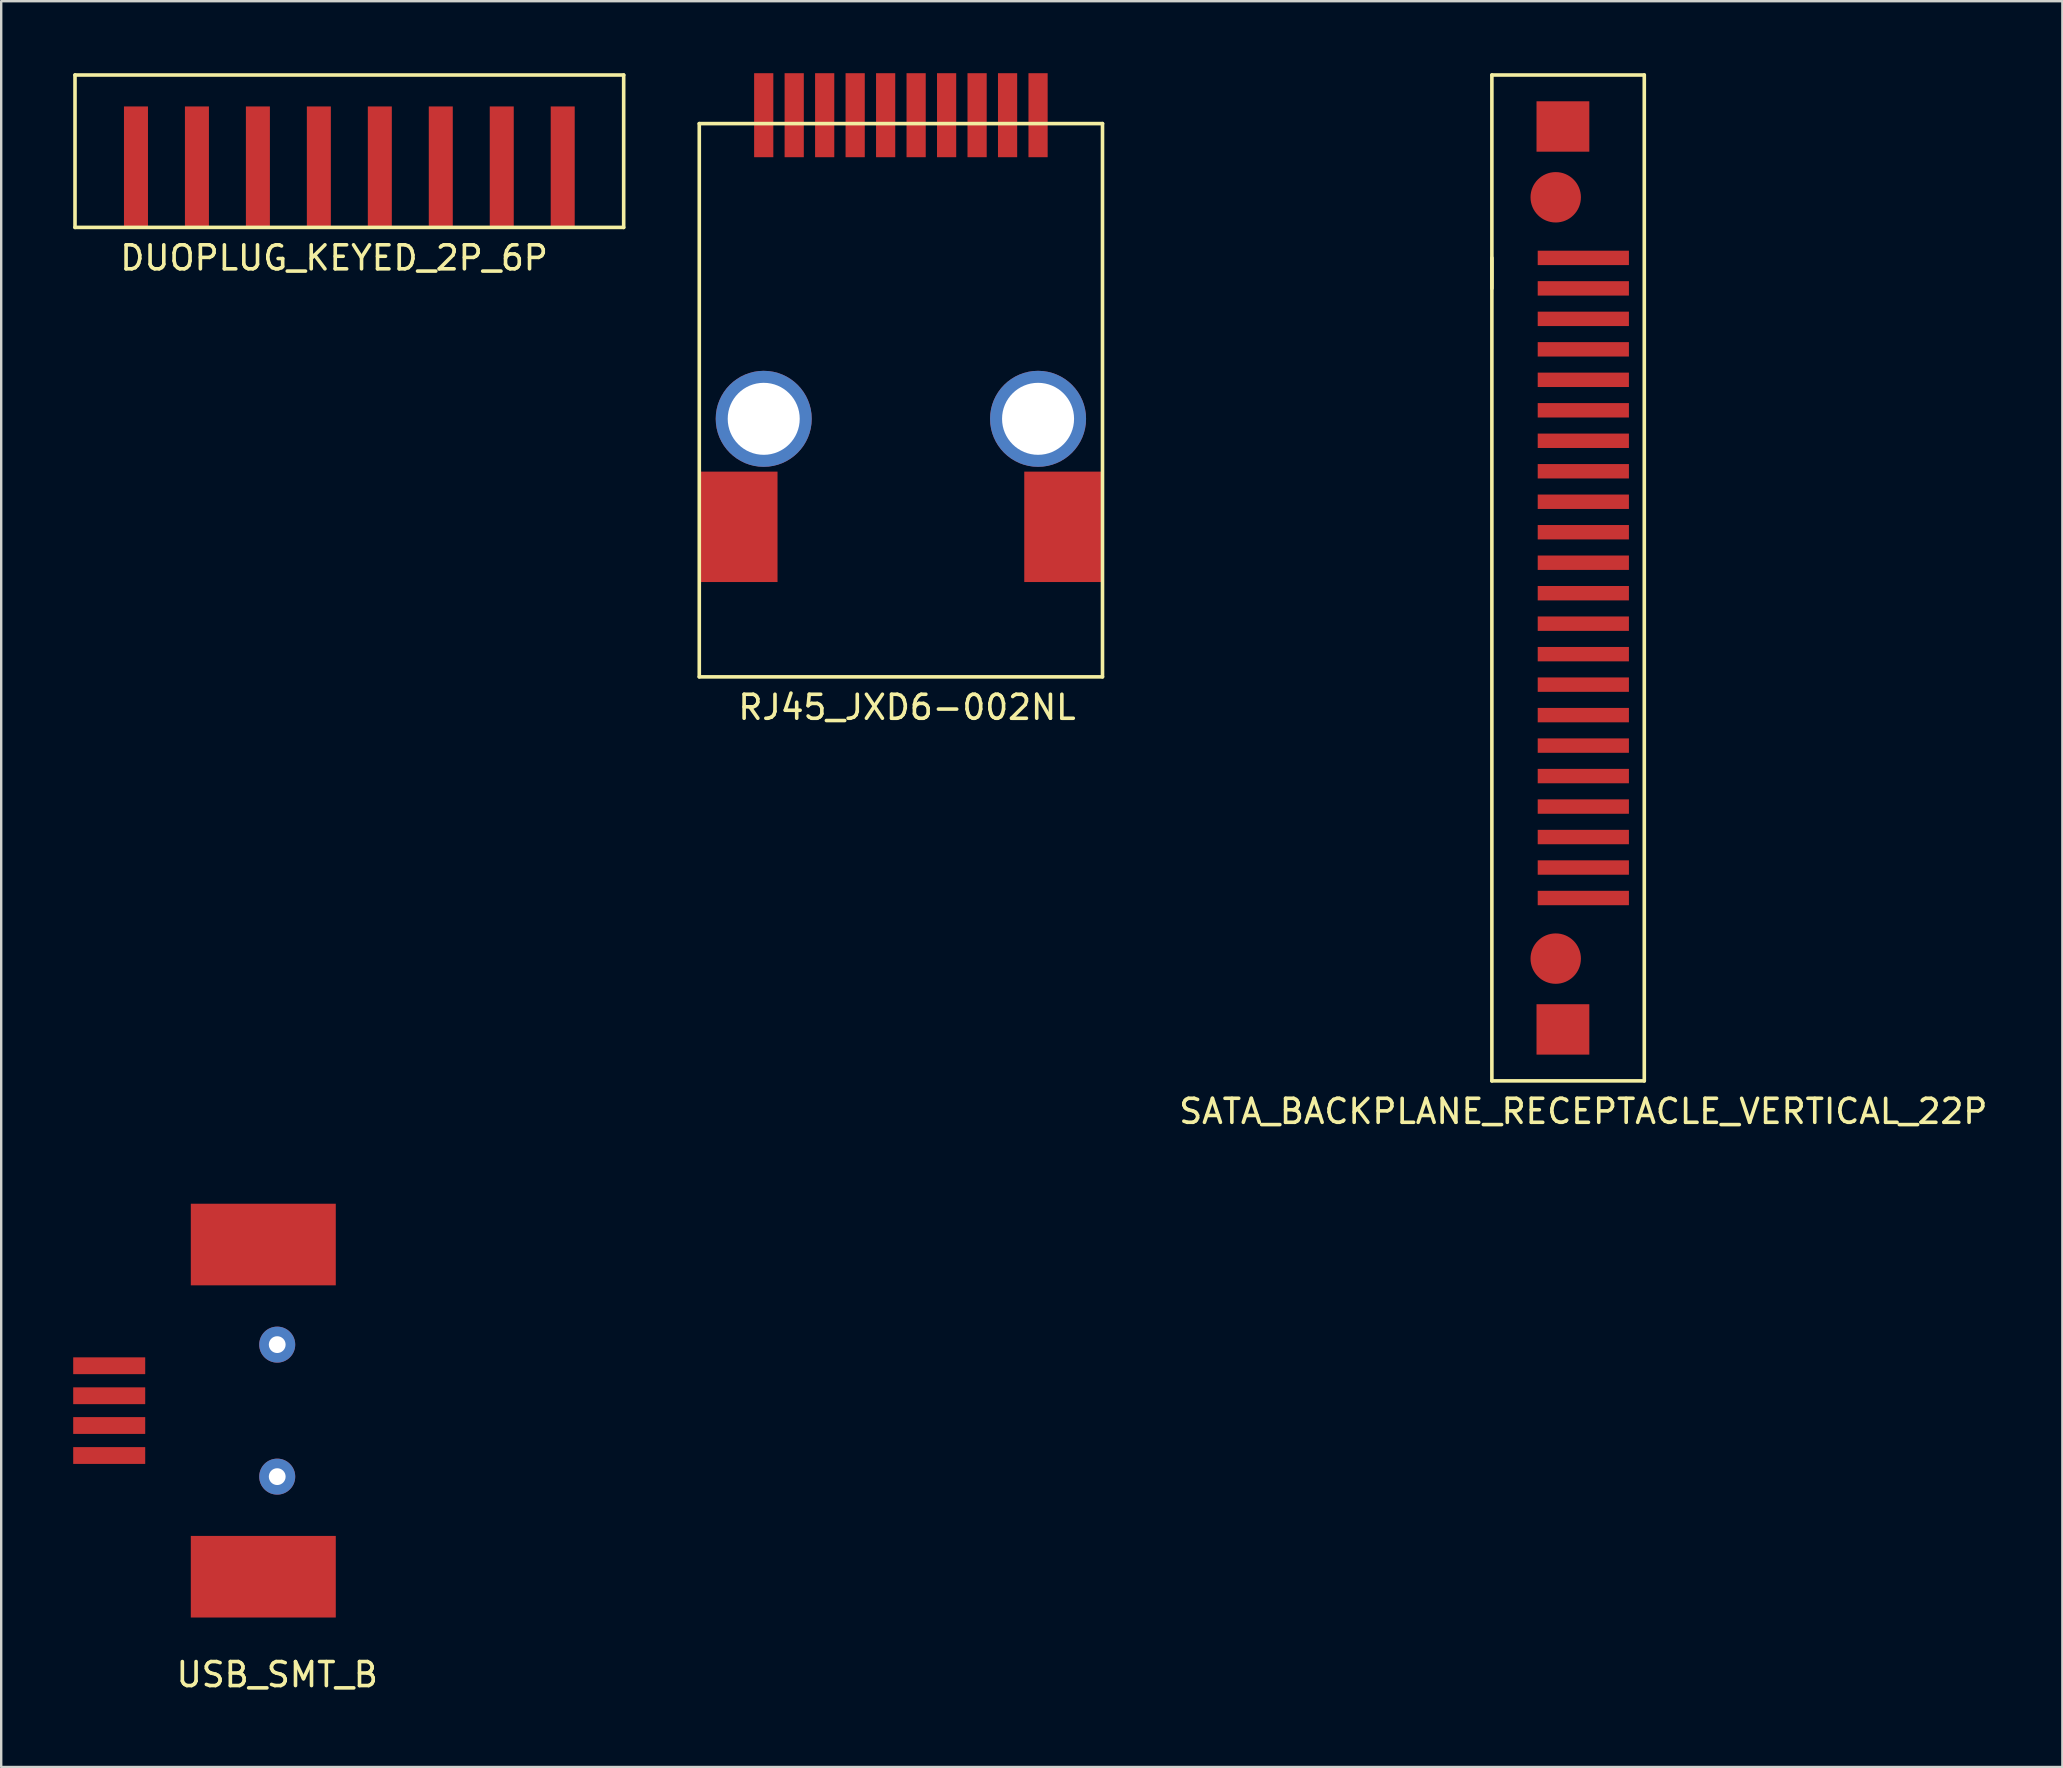
<source format=kicad_pcb>
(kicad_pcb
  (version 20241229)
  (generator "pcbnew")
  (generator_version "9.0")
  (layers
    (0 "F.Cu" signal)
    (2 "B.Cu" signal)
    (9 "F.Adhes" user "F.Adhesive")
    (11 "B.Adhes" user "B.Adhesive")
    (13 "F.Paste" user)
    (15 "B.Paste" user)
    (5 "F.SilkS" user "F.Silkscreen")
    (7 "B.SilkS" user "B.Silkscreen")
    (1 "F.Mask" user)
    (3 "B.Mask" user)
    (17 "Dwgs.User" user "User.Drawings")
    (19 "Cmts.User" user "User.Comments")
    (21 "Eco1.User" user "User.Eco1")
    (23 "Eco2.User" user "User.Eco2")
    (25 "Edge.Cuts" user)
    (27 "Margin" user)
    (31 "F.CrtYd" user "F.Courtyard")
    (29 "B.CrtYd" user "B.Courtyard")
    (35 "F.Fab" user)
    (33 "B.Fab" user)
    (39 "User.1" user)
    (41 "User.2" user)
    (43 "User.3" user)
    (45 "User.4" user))
  (footprint "RJ45_JXD6-002NL"
    (layer "F.Cu")
    (at 34.485 25.15)
    (property "Reference" "RJ45_JXD6-002NL" (at 0.254 1.27 0) (layer "F.SilkS") (effects (font (size 1 1) (thickness 0.15))))
    (attr through_hole)
    (fp_line (start -8.4 -23.05) (end 8.4 -23.05) (stroke (width 0.15) (type solid)) (layer "F.SilkS"))
    (fp_line (start -8.4 0) (end -8.4 -23.05) (stroke (width 0.15) (type solid)) (layer "F.SilkS"))
    (fp_line (start -8.4 0) (end 8.4 0) (stroke (width 0.15) (type solid)) (layer "F.SilkS"))
    (fp_line (start 8.4 -23.05) (end 8.4 0) (stroke (width 0.15) (type solid)) (layer "F.SilkS"))
    (pad "1" smd rect (at 5.715 -23.4) (size 0.8 3.5) (layers "F.Cu" "F.Mask" "F.Paste"))
    (pad "2" smd rect (at 4.445 -23.4) (size 0.8 3.5) (layers "F.Cu" "F.Mask" "F.Paste"))
    (pad "3" smd rect (at 3.175 -23.4) (size 0.8 3.5) (layers "F.Cu" "F.Mask" "F.Paste"))
    (pad "4" smd rect (at 1.905 -23.4) (size 0.8 3.5) (layers "F.Cu" "F.Mask" "F.Paste"))
    (pad "5" smd rect (at 0.635 -23.4) (size 0.8 3.5) (layers "F.Cu" "F.Mask" "F.Paste"))
    (pad "6" smd rect (at -0.635 -23.4) (size 0.8 3.5) (layers "F.Cu" "F.Mask" "F.Paste"))
    (pad "7" smd rect (at -1.905 -23.4) (size 0.8 3.5) (layers "F.Cu" "F.Mask" "F.Paste"))
    (pad "8" smd rect (at -3.175 -23.4) (size 0.8 3.5) (layers "F.Cu" "F.Mask" "F.Paste"))
    (pad "9" smd rect (at -4.445 -23.4) (size 0.8 3.5) (layers "F.Cu" "F.Mask" "F.Paste"))
    (pad "10" smd rect (at -5.715 -23.4) (size 0.8 3.5) (layers "F.Cu" "F.Mask" "F.Paste"))
    (pad "11" smd rect (at 6.77 -6.25) (size 3.26 4.6) (layers "F.Cu" "F.Mask" "F.Paste"))
    (pad "12" smd rect (at -6.77 -6.25) (size 3.26 4.6) (layers "F.Cu" "F.Mask" "F.Paste"))
    (pad "13" thru_hole circle (at 5.715 -10.75) (size 4 4) (drill 3) (layers "*.Cu" "*.Mask"))
    (pad "14" thru_hole circle (at -5.715 -10.75) (size 4 4) (drill 3) (layers "*.Cu" "*.Mask")))
  (footprint "USB_SMT_B"
    (layer "F.Cu")
    (at 1.5 55.723)
    (property "Reference" "USB_SMT_B" (at 7 11 0) (layer "F.SilkS") (effects (font (size 1 1) (thickness 0.15))))
    (attr through_hole)
    (pad "1" smd rect (at 0 -1.87) (size 3 0.7) (layers "F.Cu" "F.Mask" "F.Paste"))
    (pad "2" smd rect (at 0 -0.62) (size 3 0.7) (layers "F.Cu" "F.Mask" "F.Paste"))
    (pad "3" smd rect (at 0 0.62) (size 3 0.7) (layers "F.Cu" "F.Mask" "F.Paste"))
    (pad "4" smd rect (at 0 1.87) (size 3 0.7) (layers "F.Cu" "F.Mask" "F.Paste"))
    (pad "4" smd rect (at 6.42 -6.92) (size 6.04 3.4) (layers "F.Cu" "F.Mask" "F.Paste"))
    (pad "5" smd rect (at 6.42 6.92) (size 6.04 3.4) (layers "F.Cu" "F.Mask" "F.Paste"))
    (pad "6" thru_hole circle (at 7 -2.75) (size 1.5 1.5) (drill 0.7) (layers "*.Cu" "*.Mask"))
    (pad "7" thru_hole circle (at 7 2.75) (size 1.5 1.5) (drill 0.7) (layers "*.Cu" "*.Mask")))
  (footprint "DUOPLUG_KEYED_2P_6P"
    (layer "F.Cu")
    (at 10.235 3.885)
    (property "Reference" "DUOPLUG_KEYED_2P_6P" (at 0.635 3.81 0) (layer "F.SilkS") (effects (font (size 1 1) (thickness 0.15))))
    (attr through_hole)
    (fp_line (start -10.16 -3.81) (end 12.7 -3.81) (stroke (width 0.15) (type solid)) (layer "F.SilkS"))
    (fp_line (start -10.16 2.54) (end -10.16 -3.81) (stroke (width 0.15) (type solid)) (layer "F.SilkS"))
    (fp_line (start 12.7 -3.81) (end 12.7 2.54) (stroke (width 0.15) (type solid)) (layer "F.SilkS"))
    (fp_line (start 12.7 2.54) (end -10.16 2.54) (stroke (width 0.15) (type solid)) (layer "F.SilkS"))
    (pad "1" smd rect (at 10.16 0) (size 1 5) (layers "F.Cu" "F.Mask" "F.Paste"))
    (pad "2" smd rect (at 7.62 0) (size 1 5) (layers "F.Cu" "F.Mask" "F.Paste"))
    (pad "3" smd rect (at 5.08 0) (size 1 5) (layers "F.Cu" "F.Mask" "F.Paste"))
    (pad "4" smd rect (at 2.54 0) (size 1 5) (layers "F.Cu" "F.Mask" "F.Paste"))
    (pad "5" smd rect (at 0 0) (size 1 5) (layers "F.Cu" "F.Mask" "F.Paste"))
    (pad "6" smd rect (at -2.54 0) (size 1 5) (layers "F.Cu" "F.Mask" "F.Paste"))
    (pad "7" smd rect (at -5.08 0) (size 1 5) (layers "F.Cu" "F.Mask" "F.Paste"))
    (pad "8" smd rect (at -7.62 0) (size 1 5) (layers "F.Cu" "F.Mask" "F.Paste")))
  (footprint "SATA_BACKPLANE_RECEPTACLE_VERTICAL_22P"
    (layer "F.Cu")
    (at 60.378 7.695)
    (property "Reference" "SATA_BACKPLANE_RECEPTACLE_VERTICAL_22P" (at 2.54 35.56 0) (layer "F.SilkS") (effects (font (size 1 1) (thickness 0.15))))
    (attr through_hole)
    (fp_line (start -1.27 -7.62) (end -1.27 1.27) (stroke (width 0.15) (type solid)) (layer "F.SilkS"))
    (fp_line (start -1.27 -7.62) (end 5.08 -7.62) (stroke (width 0.15) (type solid)) (layer "F.SilkS"))
    (fp_line (start -1.27 34.29) (end -1.27 0) (stroke (width 0.15) (type solid)) (layer "F.SilkS"))
    (fp_line (start 5.08 -7.62) (end 5.08 34.29) (stroke (width 0.15) (type solid)) (layer "F.SilkS"))
    (fp_line (start 5.08 34.29) (end -1.27 34.29) (stroke (width 0.15) (type solid)) (layer "F.SilkS"))
    (pad "1" smd rect (at 2.54 0) (size 3.8 0.6) (layers "F.Cu" "F.Mask" "F.Paste"))
    (pad "2" smd rect (at 2.54 1.27) (size 3.8 0.6) (layers "F.Cu" "F.Mask" "F.Paste"))
    (pad "3" smd rect (at 2.54 2.54) (size 3.8 0.6) (layers "F.Cu" "F.Mask" "F.Paste"))
    (pad "4" smd rect (at 2.54 3.81) (size 3.8 0.6) (layers "F.Cu" "F.Mask" "F.Paste"))
    (pad "5" smd rect (at 2.54 5.08) (size 3.8 0.6) (layers "F.Cu" "F.Mask" "F.Paste"))
    (pad "6" smd rect (at 2.54 6.35) (size 3.8 0.6) (layers "F.Cu" "F.Mask" "F.Paste"))
    (pad "7" smd rect (at 2.54 7.62) (size 3.8 0.6) (layers "F.Cu" "F.Mask" "F.Paste"))
    (pad "8" smd rect (at 2.54 8.89) (size 3.8 0.6) (layers "F.Cu" "F.Mask" "F.Paste"))
    (pad "9" smd rect (at 2.54 10.16) (size 3.8 0.6) (layers "F.Cu" "F.Mask" "F.Paste"))
    (pad "10" smd rect (at 2.54 11.43) (size 3.8 0.6) (layers "F.Cu" "F.Mask" "F.Paste"))
    (pad "11" smd rect (at 2.54 12.7) (size 3.8 0.6) (layers "F.Cu" "F.Mask" "F.Paste"))
    (pad "12" smd rect (at 2.54 13.97) (size 3.8 0.6) (layers "F.Cu" "F.Mask" "F.Paste"))
    (pad "13" smd rect (at 2.54 15.24) (size 3.8 0.6) (layers "F.Cu" "F.Mask" "F.Paste"))
    (pad "14" smd rect (at 2.54 16.51) (size 3.8 0.6) (layers "F.Cu" "F.Mask" "F.Paste"))
    (pad "15" smd rect (at 2.54 17.78) (size 3.8 0.6) (layers "F.Cu" "F.Mask" "F.Paste"))
    (pad "16" smd rect (at 2.54 19.05) (size 3.8 0.6) (layers "F.Cu" "F.Mask" "F.Paste"))
    (pad "17" smd rect (at 2.54 20.32) (size 3.8 0.6) (layers "F.Cu" "F.Mask" "F.Paste"))
    (pad "18" smd rect (at 2.54 21.59) (size 3.8 0.6) (layers "F.Cu" "F.Mask" "F.Paste"))
    (pad "19" smd rect (at 2.54 22.86) (size 3.8 0.6) (layers "F.Cu" "F.Mask" "F.Paste"))
    (pad "20" smd rect (at 2.54 24.13) (size 3.8 0.6) (layers "F.Cu" "F.Mask" "F.Paste"))
    (pad "21" smd rect (at 2.54 25.4) (size 3.8 0.6) (layers "F.Cu" "F.Mask" "F.Paste"))
    (pad "22" smd rect (at 2.54 26.67) (size 3.8 0.6) (layers "F.Cu" "F.Mask" "F.Paste"))
    (pad "23" smd circle (at 1.39 -2.525) (size 2.1 2.1) (layers "F.Cu" "F.Mask" "F.Paste"))
    (pad "23" smd circle (at 1.39 29.195) (size 2.1 2.1) (layers "F.Cu" "F.Mask" "F.Paste"))
    (pad "24" smd rect (at 1.69 -5.475) (size 2.2 2.1) (layers "F.Cu" "F.Mask" "F.Paste"))
    (pad "24" smd rect (at 1.69 32.145) (size 2.2 2.1) (layers "F.Cu" "F.Mask" "F.Paste")))
  (gr_rect
    (start -3 -3)
    (end 82.877 70.572)
    (stroke (width 0.1) (type default))
    (fill no)
    (layer "Edge.Cuts")))
</source>
